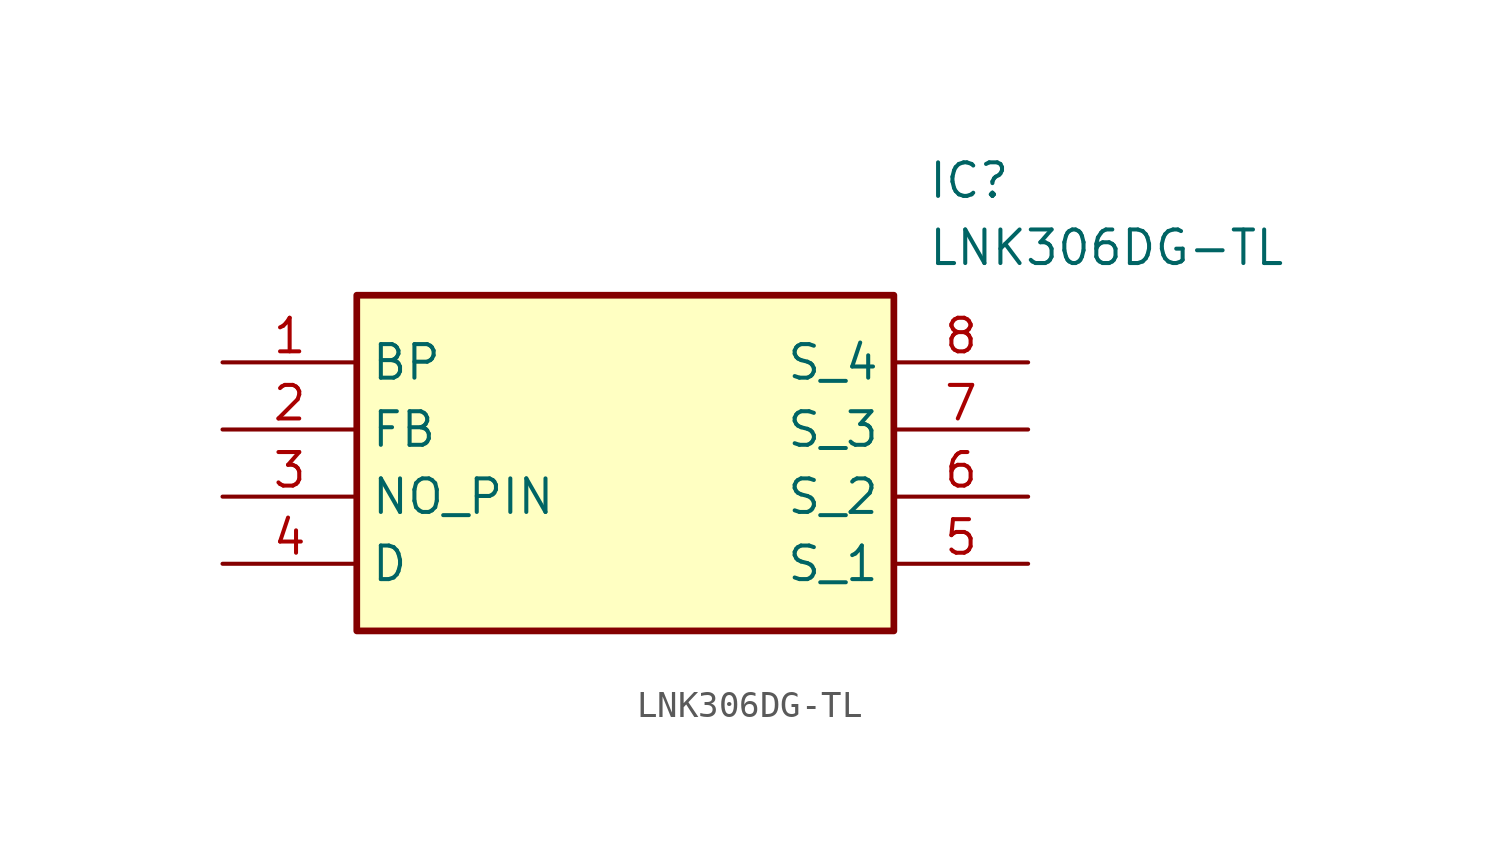
<source format=kicad_sym>
(kicad_symbol_lib
  (version 20211014)
  (generator SamacSys_ECAD_Model)
  (symbol "LNK306DG-TL"
    (property "Reference" "IC"
      (at 26.67 7.62 0)
      (effects (font (size 1.27 1.27)) (justify left top)))
    (property "Value" "LNK306DG-TL"
      (at 26.67 5.08 0)
      (effects (font (size 1.27 1.27)) (justify left top)))
    (rectangle
      (start 5.08 2.54)
      (end 25.4 -10.16)
      (stroke (width 0.254) (type default))
      (fill (type background)))
    (pin passive line
      (at 0 0 0)
      (length 5.08)
      (name "BP" (effects (font (size 1.27 1.27))))
      (number "1" (effects (font (size 1.27 1.27)))))
    (pin passive line
      (at 0 -2.54 0)
      (length 5.08)
      (name "FB" (effects (font (size 1.27 1.27))))
      (number "2" (effects (font (size 1.27 1.27)))))
    (pin passive line
      (at 0 -5.08 0)
      (length 5.08)
      (name "NO_PIN" (effects (font (size 1.27 1.27))))
      (number "3" (effects (font (size 1.27 1.27)))))
    (pin passive line
      (at 0 -7.62 0)
      (length 5.08)
      (name "D" (effects (font (size 1.27 1.27))))
      (number "4" (effects (font (size 1.27 1.27)))))
    (pin passive line
      (at 30.48 0 180)
      (length 5.08)
      (name "S_4" (effects (font (size 1.27 1.27))))
      (number "8" (effects (font (size 1.27 1.27)))))
    (pin passive line
      (at 30.48 -2.54 180)
      (length 5.08)
      (name "S_3" (effects (font (size 1.27 1.27))))
      (number "7" (effects (font (size 1.27 1.27)))))
    (pin passive line
      (at 30.48 -5.08 180)
      (length 5.08)
      (name "S_2" (effects (font (size 1.27 1.27))))
      (number "6" (effects (font (size 1.27 1.27)))))
    (pin passive line
      (at 30.48 -7.62 180)
      (length 5.08)
      (name "S_1" (effects (font (size 1.27 1.27))))
      (number "5" (effects (font (size 1.27 1.27)))))))
</source>
